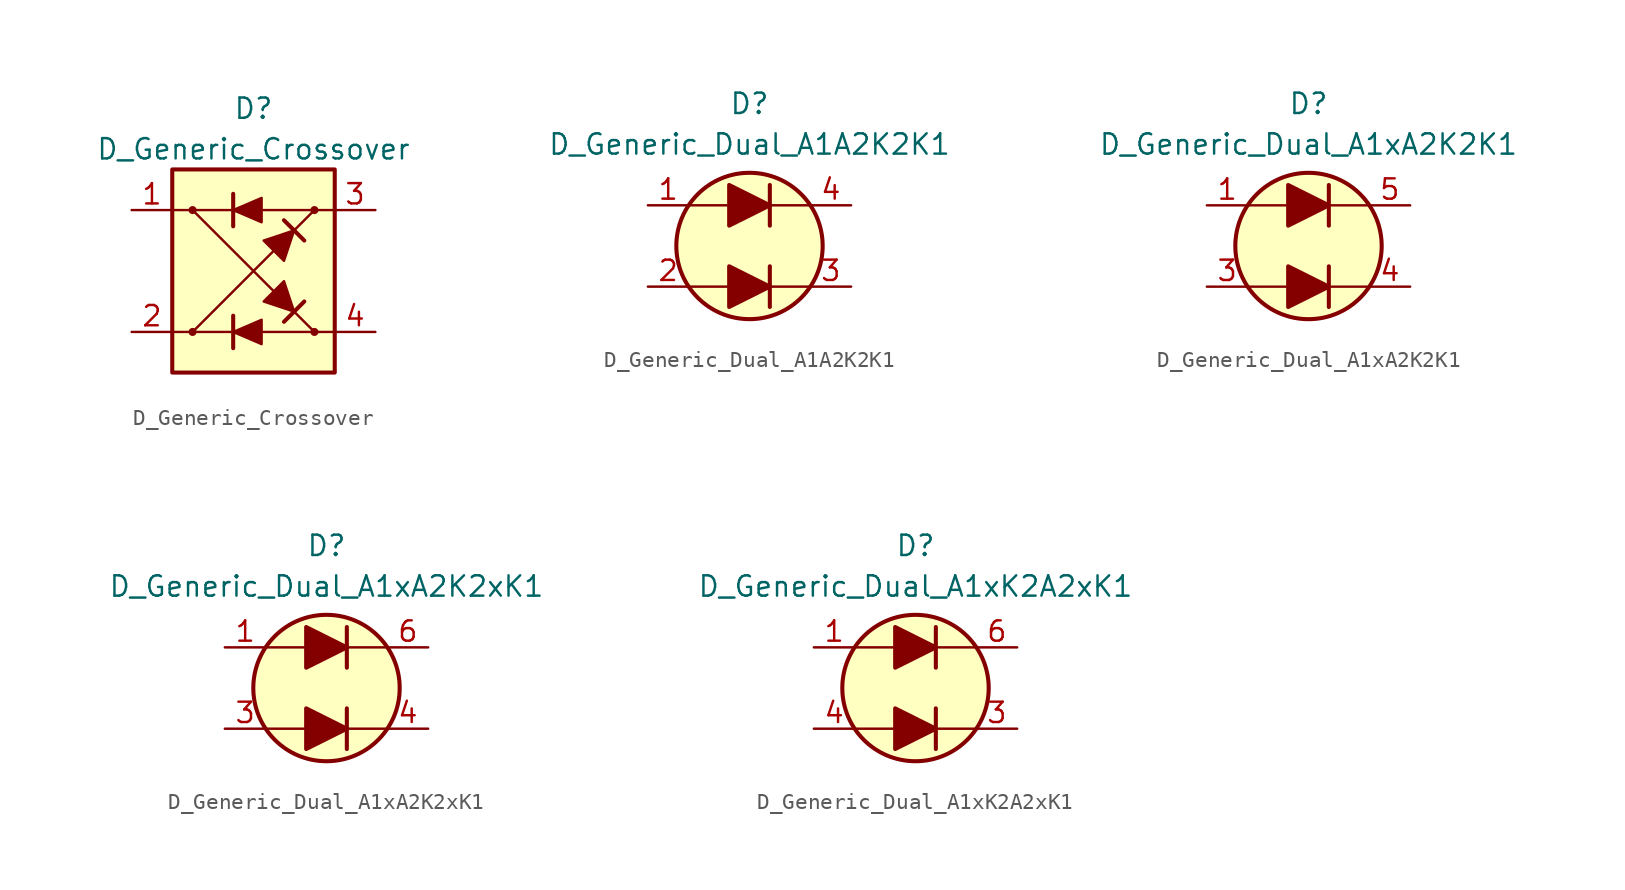
<source format=kicad_sym>
(kicad_symbol_lib
  (version 20210619)
  (generator kicad_symbol_editor)
  (symbol "Diode_AKL:D_Generic_Crossover"
    (pin_names
      (offset 1.016) hide)
    (property "Reference" "D"
      (at 0 10.16 0)
      (effects (font (size 1.27 1.27))))
    (property "Value" "D_Generic_Crossover"
      (at 0 7.62 0)
      (effects (font (size 1.27 1.27))))
    (symbol "D_Generic_Crossover_0_1"
      (circle (center -3.81 3.81) (radius 0.178) (stroke (width 0)) (fill (type outline)))
      (polyline (pts (xy -5.08 -3.81) (xy -1.27 -3.81)) (stroke (width 0)) (fill (type none)))
      (polyline (pts (xy -3.81 -3.81) (xy 3.81 3.81)) (stroke (width 0)) (fill (type none)))
      (polyline (pts (xy -1.27 -4.826) (xy -1.27 -2.794)) (stroke (width 0.254)) (fill (type none)))
      (polyline (pts (xy -1.27 2.794) (xy -1.27 4.826)) (stroke (width 0.254)) (fill (type none)))
      (polyline (pts (xy -1.27 3.81) (xy -5.08 3.81)) (stroke (width 0)) (fill (type none)))
      (polyline (pts (xy 1.905 -3.175) (xy 3.175 -1.905)) (stroke (width 0.254)) (fill (type none)))
      (polyline (pts (xy 3.175 1.905) (xy 1.905 3.175)) (stroke (width 0.254)) (fill (type none)))
      (polyline (pts (xy 3.81 -3.81) (xy -3.81 3.81)) (stroke (width 0)) (fill (type none)))
      (polyline (pts (xy 5.08 3.81) (xy 0.508 3.81)) (stroke (width 0)) (fill (type none)))
      (polyline (pts (xy 0.508 4.572) (xy 0.508 3.048) (xy -1.27 3.81) (xy 0.508 4.572)) (stroke (width 0)) (fill (type outline)))
      (polyline (pts (xy 2.54 -2.54) (xy 1.905 -0.635) (xy 0.635 -1.905) (xy 2.54 -2.54)) (stroke (width 0)) (fill (type outline)))
      (polyline (pts (xy 2.54 2.54) (xy 0.635 1.905) (xy 1.905 0.635) (xy 2.54 2.54)) (stroke (width 0)) (fill (type outline))))
    (symbol "D_Generic_Crossover_1_1"
      (circle (center -3.81 -3.81) (radius 0.178) (stroke (width 0)) (fill (type outline)))
      (circle (center 3.81 -3.81) (radius 0.178) (stroke (width 0)) (fill (type outline)))
      (circle (center 3.81 3.81) (radius 0.178) (stroke (width 0)) (fill (type outline)))
      (rectangle (start -5.08 6.35) (end 5.08 -6.35) (stroke (width 0.254)) (fill (type background)))
      (polyline (pts (xy 5.08 -3.81) (xy 0.508 -3.81)) (stroke (width 0)) (fill (type none)))
      (polyline (pts (xy 0.508 -3.048) (xy 0.508 -4.572) (xy -1.27 -3.81) (xy 0.508 -3.048)) (stroke (width 0)) (fill (type outline)))
      (pin passive line (at -7.62 3.81 0) (length 2.54) (name "1" (effects (font (size 1.27 1.27)))) (number "1" (effects (font (size 1.27 1.27)))))
      (pin passive line (at -7.62 -3.81 0) (length 2.54) (name "2" (effects (font (size 1.27 1.27)))) (number "2" (effects (font (size 1.27 1.27)))))
      (pin passive line (at 7.62 3.81 180) (length 2.54) (name "3" (effects (font (size 1.27 1.27)))) (number "3" (effects (font (size 1.27 1.27)))))
      (pin passive line (at 7.62 -3.81 180) (length 2.54) (name "4" (effects (font (size 1.27 1.27)))) (number "4" (effects (font (size 1.27 1.27)))))))
  (symbol "Diode_AKL:D_Generic_Dual_A1A2K2K1"
    (pin_names
      (offset 1.016) hide)
    (property "Reference" "D"
      (at 0 8.89 0)
      (effects (font (size 1.27 1.27))))
    (property "Value" "D_Generic_Dual_A1A2K2K1"
      (at 0 6.35 0)
      (effects (font (size 1.27 1.27))))
    (symbol "D_Generic_Dual_A1A2K2K1_0_1"
      (circle (center 0 0) (radius 4.572) (stroke (width 0.254)) (fill (type background)))
      (polyline (pts (xy -3.81 -2.54) (xy -1.27 -2.54)) (stroke (width 0)) (fill (type none)))
      (polyline (pts (xy -3.81 2.54) (xy -1.27 2.54)) (stroke (width 0)) (fill (type none)))
      (polyline (pts (xy 1.27 -2.54) (xy 3.81 -2.54)) (stroke (width 0)) (fill (type none)))
      (polyline (pts (xy 1.27 -1.27) (xy 1.27 -3.81)) (stroke (width 0.254)) (fill (type none)))
      (polyline (pts (xy 1.27 2.54) (xy 3.81 2.54)) (stroke (width 0)) (fill (type none)))
      (polyline (pts (xy 1.27 3.81) (xy 1.27 1.27)) (stroke (width 0.254)) (fill (type none))))
    (symbol "D_Generic_Dual_A1A2K2K1_1_1"
      (polyline (pts (xy -1.27 -2.54) (xy 1.27 -2.54)) (stroke (width 0)) (fill (type none)))
      (polyline (pts (xy -1.27 2.54) (xy 1.27 2.54)) (stroke (width 0)) (fill (type none)))
      (polyline (pts (xy -1.27 -1.27) (xy -1.27 -3.81) (xy 1.27 -2.54) (xy -1.27 -1.27)) (stroke (width 0.254)) (fill (type outline)))
      (polyline (pts (xy -1.27 3.81) (xy -1.27 1.27) (xy 1.27 2.54) (xy -1.27 3.81)) (stroke (width 0.254)) (fill (type outline)))
      (pin passive line (at -6.35 2.54 0) (length 2.54) (name "A1" (effects (font (size 1.27 1.27)))) (number "1" (effects (font (size 1.27 1.27)))))
      (pin passive line (at -6.35 -2.54 0) (length 2.54) (name "A2" (effects (font (size 1.27 1.27)))) (number "2" (effects (font (size 1.27 1.27)))))
      (pin passive line (at 6.35 -2.54 180) (length 2.54) (name "K2" (effects (font (size 1.27 1.27)))) (number "3" (effects (font (size 1.27 1.27)))))
      (pin passive line (at 6.35 2.54 180) (length 2.54) (name "K1" (effects (font (size 1.27 1.27)))) (number "4" (effects (font (size 1.27 1.27)))))))
  (symbol "Diode_AKL:D_Generic_Dual_A1xA2K2K1"
    (pin_names
      (offset 1.016) hide)
    (property "Reference" "D"
      (at 0 8.89 0)
      (effects (font (size 1.27 1.27))))
    (property "Value" "D_Generic_Dual_A1xA2K2K1"
      (at 0 6.35 0)
      (effects (font (size 1.27 1.27))))
    (symbol "D_Generic_Dual_A1xA2K2K1_0_1"
      (circle (center 0 0) (radius 4.572) (stroke (width 0.254)) (fill (type background)))
      (polyline (pts (xy -3.81 -2.54) (xy -1.27 -2.54)) (stroke (width 0)) (fill (type none)))
      (polyline (pts (xy -3.81 2.54) (xy -1.27 2.54)) (stroke (width 0)) (fill (type none)))
      (polyline (pts (xy 1.27 -2.54) (xy 3.81 -2.54)) (stroke (width 0)) (fill (type none)))
      (polyline (pts (xy 1.27 -1.27) (xy 1.27 -3.81)) (stroke (width 0.254)) (fill (type none)))
      (polyline (pts (xy 1.27 2.54) (xy 3.81 2.54)) (stroke (width 0)) (fill (type none)))
      (polyline (pts (xy 1.27 3.81) (xy 1.27 1.27)) (stroke (width 0.254)) (fill (type none))))
    (symbol "D_Generic_Dual_A1xA2K2K1_1_1"
      (polyline (pts (xy -1.27 -2.54) (xy 1.27 -2.54)) (stroke (width 0)) (fill (type none)))
      (polyline (pts (xy -1.27 2.54) (xy 1.27 2.54)) (stroke (width 0)) (fill (type none)))
      (polyline (pts (xy -1.27 -1.27) (xy -1.27 -3.81) (xy 1.27 -2.54) (xy -1.27 -1.27)) (stroke (width 0.254)) (fill (type outline)))
      (polyline (pts (xy -1.27 3.81) (xy -1.27 1.27) (xy 1.27 2.54) (xy -1.27 3.81)) (stroke (width 0.254)) (fill (type outline)))
      (pin passive line (at -6.35 2.54 0) (length 2.54) (name "A1" (effects (font (size 1.27 1.27)))) (number "1" (effects (font (size 1.27 1.27)))))
      (pin passive line (at -6.35 -2.54 0) (length 2.54) (name "A2" (effects (font (size 1.27 1.27)))) (number "3" (effects (font (size 1.27 1.27)))))
      (pin passive line (at 6.35 -2.54 180) (length 2.54) (name "K2" (effects (font (size 1.27 1.27)))) (number "4" (effects (font (size 1.27 1.27)))))
      (pin passive line (at 6.35 2.54 180) (length 2.54) (name "K1" (effects (font (size 1.27 1.27)))) (number "5" (effects (font (size 1.27 1.27)))))))
  (symbol "Diode_AKL:D_Generic_Dual_A1xA2K2xK1"
    (pin_names
      (offset 1.016) hide)
    (property "Reference" "D"
      (at 0 8.89 0)
      (effects (font (size 1.27 1.27))))
    (property "Value" "D_Generic_Dual_A1xA2K2xK1"
      (at 0 6.35 0)
      (effects (font (size 1.27 1.27))))
    (symbol "D_Generic_Dual_A1xA2K2xK1_0_1"
      (circle (center 0 0) (radius 4.572) (stroke (width 0.254)) (fill (type background)))
      (polyline (pts (xy -3.81 -2.54) (xy -1.27 -2.54)) (stroke (width 0)) (fill (type none)))
      (polyline (pts (xy -3.81 2.54) (xy -1.27 2.54)) (stroke (width 0)) (fill (type none)))
      (polyline (pts (xy 1.27 -2.54) (xy 3.81 -2.54)) (stroke (width 0)) (fill (type none)))
      (polyline (pts (xy 1.27 -1.27) (xy 1.27 -3.81)) (stroke (width 0.254)) (fill (type none)))
      (polyline (pts (xy 1.27 2.54) (xy 3.81 2.54)) (stroke (width 0)) (fill (type none)))
      (polyline (pts (xy 1.27 3.81) (xy 1.27 1.27)) (stroke (width 0.254)) (fill (type none))))
    (symbol "D_Generic_Dual_A1xA2K2xK1_1_1"
      (polyline (pts (xy -1.27 -2.54) (xy 1.27 -2.54)) (stroke (width 0)) (fill (type none)))
      (polyline (pts (xy -1.27 2.54) (xy 1.27 2.54)) (stroke (width 0)) (fill (type none)))
      (polyline (pts (xy -1.27 -1.27) (xy -1.27 -3.81) (xy 1.27 -2.54) (xy -1.27 -1.27)) (stroke (width 0.254)) (fill (type outline)))
      (polyline (pts (xy -1.27 3.81) (xy -1.27 1.27) (xy 1.27 2.54) (xy -1.27 3.81)) (stroke (width 0.254)) (fill (type outline)))
      (pin passive line (at -6.35 2.54 0) (length 2.54) (name "A1" (effects (font (size 1.27 1.27)))) (number "1" (effects (font (size 1.27 1.27)))))
      (pin passive line (at -6.35 -2.54 0) (length 2.54) (name "A2" (effects (font (size 1.27 1.27)))) (number "3" (effects (font (size 1.27 1.27)))))
      (pin passive line (at 6.35 -2.54 180) (length 2.54) (name "K2" (effects (font (size 1.27 1.27)))) (number "4" (effects (font (size 1.27 1.27)))))
      (pin passive line (at 6.35 2.54 180) (length 2.54) (name "K1" (effects (font (size 1.27 1.27)))) (number "6" (effects (font (size 1.27 1.27)))))))
  (symbol "Diode_AKL:D_Generic_Dual_A1xK2A2xK1"
    (pin_names
      (offset 1.016) hide)
    (property "Reference" "D"
      (at 0 8.89 0)
      (effects (font (size 1.27 1.27))))
    (property "Value" "D_Generic_Dual_A1xK2A2xK1"
      (at 0 6.35 0)
      (effects (font (size 1.27 1.27))))
    (symbol "D_Generic_Dual_A1xK2A2xK1_0_1"
      (circle (center 0 0) (radius 4.572) (stroke (width 0.254)) (fill (type background)))
      (polyline (pts (xy -3.81 -2.54) (xy -1.27 -2.54)) (stroke (width 0)) (fill (type none)))
      (polyline (pts (xy -3.81 2.54) (xy -1.27 2.54)) (stroke (width 0)) (fill (type none)))
      (polyline (pts (xy 1.27 -2.54) (xy 3.81 -2.54)) (stroke (width 0)) (fill (type none)))
      (polyline (pts (xy 1.27 -1.27) (xy 1.27 -3.81)) (stroke (width 0.254)) (fill (type none)))
      (polyline (pts (xy 1.27 2.54) (xy 3.81 2.54)) (stroke (width 0)) (fill (type none)))
      (polyline (pts (xy 1.27 3.81) (xy 1.27 1.27)) (stroke (width 0.254)) (fill (type none))))
    (symbol "D_Generic_Dual_A1xK2A2xK1_1_1"
      (polyline (pts (xy -1.27 -2.54) (xy 1.27 -2.54)) (stroke (width 0)) (fill (type none)))
      (polyline (pts (xy -1.27 2.54) (xy 1.27 2.54)) (stroke (width 0)) (fill (type none)))
      (polyline (pts (xy -1.27 -1.27) (xy -1.27 -3.81) (xy 1.27 -2.54) (xy -1.27 -1.27)) (stroke (width 0.254)) (fill (type outline)))
      (polyline (pts (xy -1.27 3.81) (xy -1.27 1.27) (xy 1.27 2.54) (xy -1.27 3.81)) (stroke (width 0.254)) (fill (type outline)))
      (pin passive line (at -6.35 2.54 0) (length 2.54) (name "A1" (effects (font (size 1.27 1.27)))) (number "1" (effects (font (size 1.27 1.27)))))
      (pin passive line (at 6.35 -2.54 180) (length 2.54) (name "K2" (effects (font (size 1.27 1.27)))) (number "3" (effects (font (size 1.27 1.27)))))
      (pin passive line (at -6.35 -2.54 0) (length 2.54) (name "A2" (effects (font (size 1.27 1.27)))) (number "4" (effects (font (size 1.27 1.27)))))
      (pin passive line (at 6.35 2.54 180) (length 2.54) (name "K1" (effects (font (size 1.27 1.27)))) (number "6" (effects (font (size 1.27 1.27))))))))
</source>
